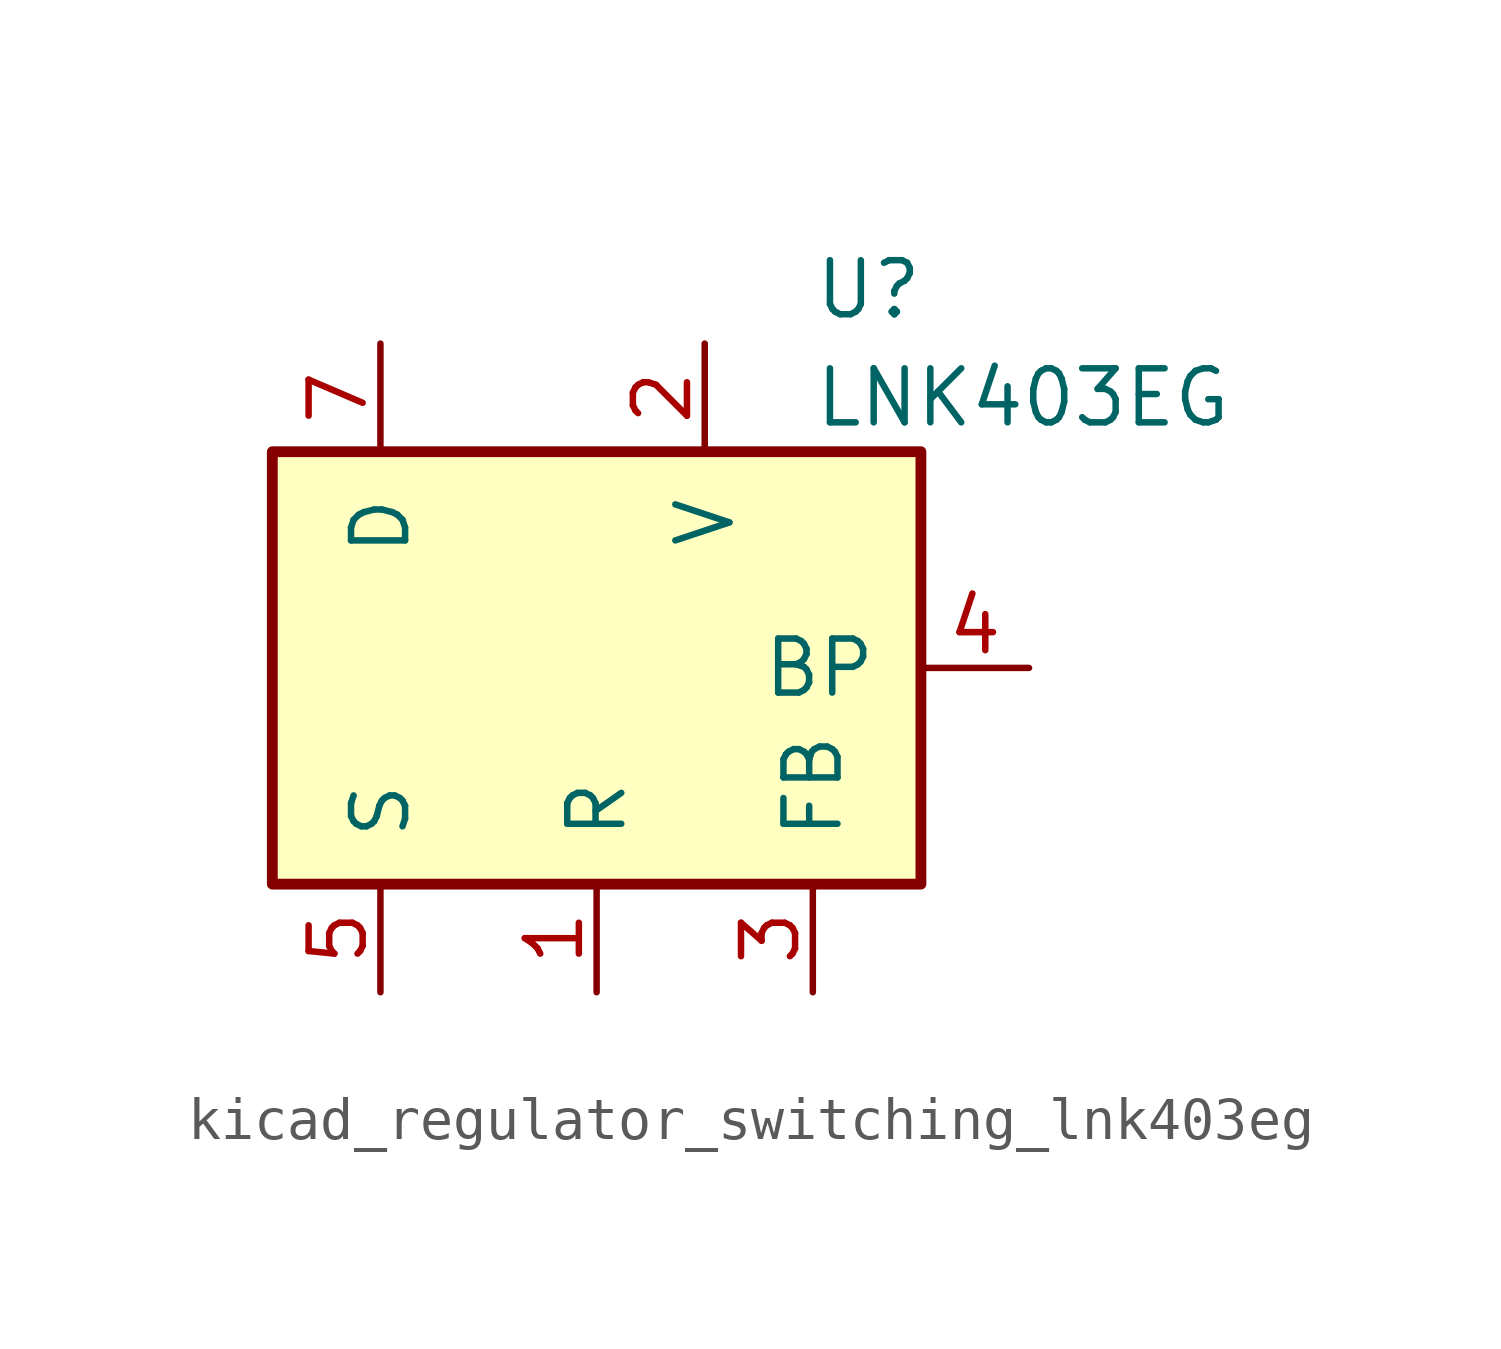
<source format=kicad_sym>
(kicad_symbol_lib
  (version 20220914)
  (generator kicad_symbol_editor)
  (symbol "kicad_regulator_switching_lnk403eg"
    (pin_names
      (offset 1.016))
    (property "Reference" "U"
      (at 5.08 8.89 0)
      (effects (font (size 1.27 1.27)) (justify left)))
    (property "Value" "LNK403EG"
      (at 5.08 6.35 0)
      (effects (font (size 1.27 1.27)) (justify left)))
    (symbol "kicad_regulator_switching_lnk403eg_0_1"
      (rectangle (start -7.62 5.08) (end 7.62 -5.08) (stroke (width 0.254) (type default)) (fill (type background))))
    (symbol "kicad_regulator_switching_lnk403eg_1_1"
      (pin input line (at 0 -7.62 90) (length 2.54) (name "R" (effects (font (size 1.27 1.27)))) (number "1" (effects (font (size 1.27 1.27)))))
      (pin input line (at 2.54 7.62 270) (length 2.54) (name "V" (effects (font (size 1.27 1.27)))) (number "2" (effects (font (size 1.27 1.27)))))
      (pin input line (at 5.08 -7.62 90) (length 2.54) (name "FB" (effects (font (size 1.27 1.27)))) (number "3" (effects (font (size 1.27 1.27)))))
      (pin input line (at 10.16 0 180) (length 2.54) (name "BP" (effects (font (size 1.27 1.27)))) (number "4" (effects (font (size 1.27 1.27)))))
      (pin power_in line (at -5.08 -7.62 90) (length 2.54) (name "S" (effects (font (size 1.27 1.27)))) (number "5" (effects (font (size 1.27 1.27)))))
      (pin open_collector line (at -5.08 7.62 270) (length 2.54) (name "D" (effects (font (size 1.27 1.27)))) (number "7" (effects (font (size 1.27 1.27))))))))
</source>
